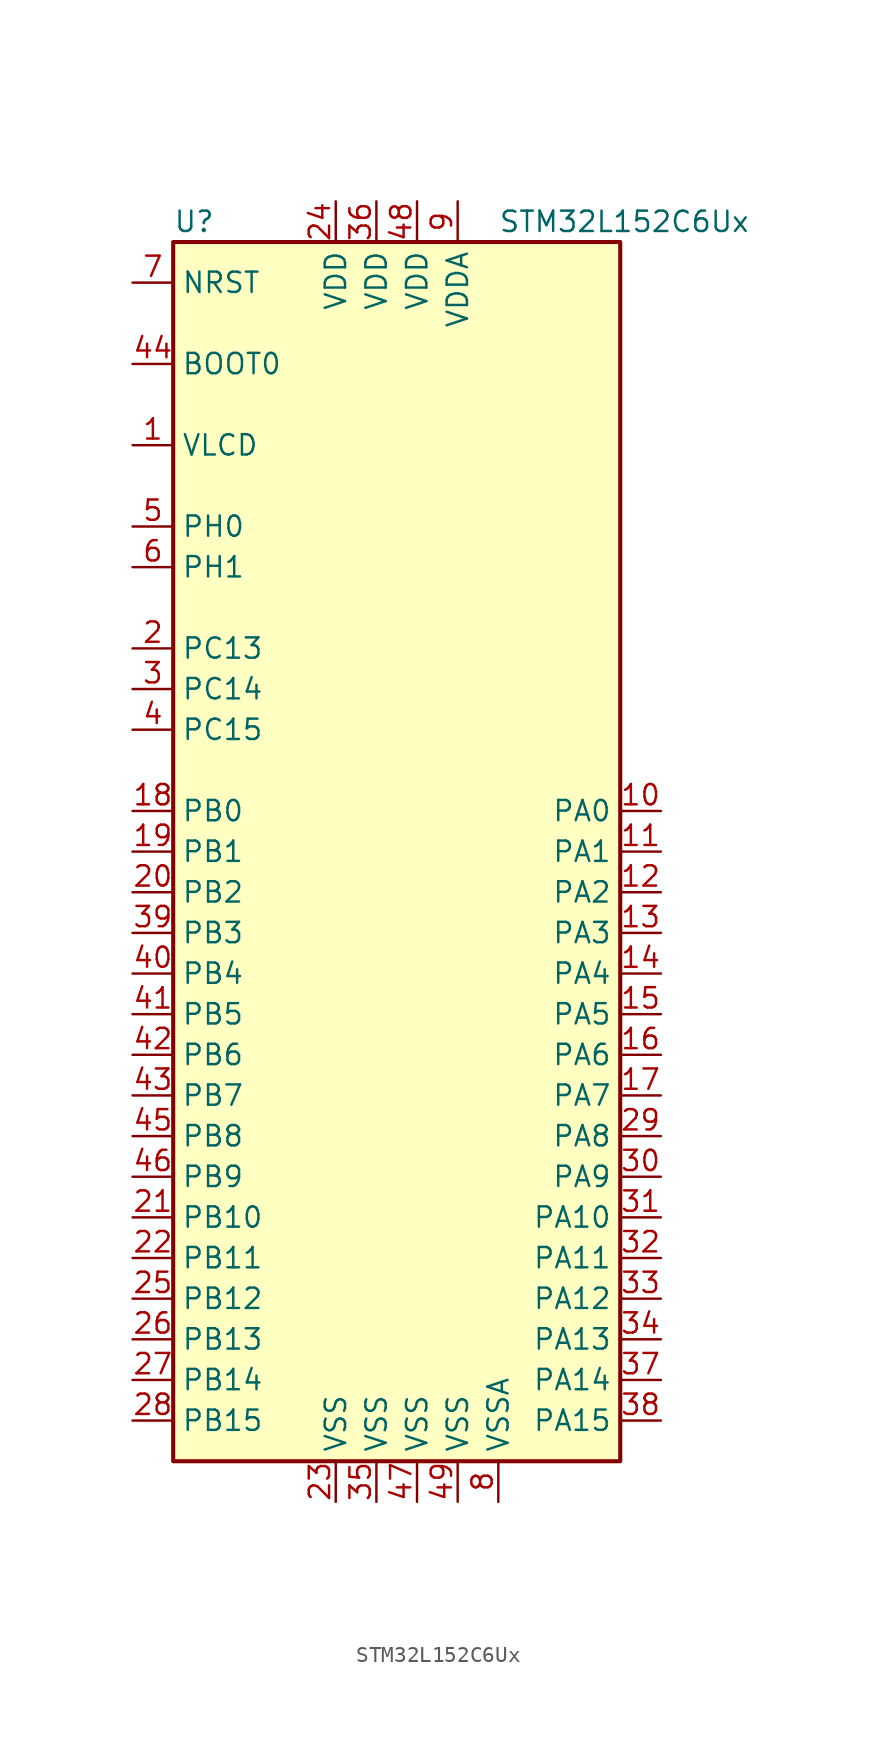
<source format=kicad_sym>
(kicad_symbol_lib
  (version 20201005)
  (generator kicad_symbol_editor)
  (symbol "STM32L152C6Ux"
    (property "Reference" "U"
      (at -15.24 39.37 0)
      (effects (font (size 1.27 1.27)) (justify left)))
    (property "Value" "STM32L152C6Ux"
      (at 5.08 39.37 0)
      (effects (font (size 1.27 1.27)) (justify left)))
    (symbol "STM32L152C6Ux_0_1"
      (rectangle (start -15.24 -38.1) (end 12.7 38.1) (stroke (width 0.254)) (fill (type background))))
    (symbol "STM32L152C6Ux_1_1"
      (pin power_in line (at -17.78 25.4 0) (length 2.54) (name "VLCD" (effects (font (size 1.27 1.27)))) (number "1" (effects (font (size 1.27 1.27)))))
      (pin bidirectional line (at 15.24 2.54 180) (length 2.54) (name "PA0" (effects (font (size 1.27 1.27)))) (number "10" (effects (font (size 1.27 1.27)))))
      (pin bidirectional line (at 15.24 0 180) (length 2.54) (name "PA1" (effects (font (size 1.27 1.27)))) (number "11" (effects (font (size 1.27 1.27)))))
      (pin bidirectional line (at 15.24 -2.54 180) (length 2.54) (name "PA2" (effects (font (size 1.27 1.27)))) (number "12" (effects (font (size 1.27 1.27)))))
      (pin bidirectional line (at 15.24 -5.08 180) (length 2.54) (name "PA3" (effects (font (size 1.27 1.27)))) (number "13" (effects (font (size 1.27 1.27)))))
      (pin bidirectional line (at 15.24 -7.62 180) (length 2.54) (name "PA4" (effects (font (size 1.27 1.27)))) (number "14" (effects (font (size 1.27 1.27)))))
      (pin bidirectional line (at 15.24 -10.16 180) (length 2.54) (name "PA5" (effects (font (size 1.27 1.27)))) (number "15" (effects (font (size 1.27 1.27)))))
      (pin bidirectional line (at 15.24 -12.7 180) (length 2.54) (name "PA6" (effects (font (size 1.27 1.27)))) (number "16" (effects (font (size 1.27 1.27)))))
      (pin bidirectional line (at 15.24 -15.24 180) (length 2.54) (name "PA7" (effects (font (size 1.27 1.27)))) (number "17" (effects (font (size 1.27 1.27)))))
      (pin bidirectional line (at -17.78 2.54 0) (length 2.54) (name "PB0" (effects (font (size 1.27 1.27)))) (number "18" (effects (font (size 1.27 1.27)))))
      (pin bidirectional line (at -17.78 0 0) (length 2.54) (name "PB1" (effects (font (size 1.27 1.27)))) (number "19" (effects (font (size 1.27 1.27)))))
      (pin bidirectional line (at -17.78 12.7 0) (length 2.54) (name "PC13" (effects (font (size 1.27 1.27)))) (number "2" (effects (font (size 1.27 1.27)))))
      (pin bidirectional line (at -17.78 -2.54 0) (length 2.54) (name "PB2" (effects (font (size 1.27 1.27)))) (number "20" (effects (font (size 1.27 1.27)))))
      (pin bidirectional line (at -17.78 -22.86 0) (length 2.54) (name "PB10" (effects (font (size 1.27 1.27)))) (number "21" (effects (font (size 1.27 1.27)))))
      (pin bidirectional line (at -17.78 -25.4 0) (length 2.54) (name "PB11" (effects (font (size 1.27 1.27)))) (number "22" (effects (font (size 1.27 1.27)))))
      (pin power_in line (at -5.08 -40.64 90) (length 2.54) (name "VSS" (effects (font (size 1.27 1.27)))) (number "23" (effects (font (size 1.27 1.27)))))
      (pin power_in line (at -5.08 40.64 270) (length 2.54) (name "VDD" (effects (font (size 1.27 1.27)))) (number "24" (effects (font (size 1.27 1.27)))))
      (pin bidirectional line (at -17.78 -27.94 0) (length 2.54) (name "PB12" (effects (font (size 1.27 1.27)))) (number "25" (effects (font (size 1.27 1.27)))))
      (pin bidirectional line (at -17.78 -30.48 0) (length 2.54) (name "PB13" (effects (font (size 1.27 1.27)))) (number "26" (effects (font (size 1.27 1.27)))))
      (pin bidirectional line (at -17.78 -33.02 0) (length 2.54) (name "PB14" (effects (font (size 1.27 1.27)))) (number "27" (effects (font (size 1.27 1.27)))))
      (pin bidirectional line (at -17.78 -35.56 0) (length 2.54) (name "PB15" (effects (font (size 1.27 1.27)))) (number "28" (effects (font (size 1.27 1.27)))))
      (pin bidirectional line (at 15.24 -17.78 180) (length 2.54) (name "PA8" (effects (font (size 1.27 1.27)))) (number "29" (effects (font (size 1.27 1.27)))))
      (pin bidirectional line (at -17.78 10.16 0) (length 2.54) (name "PC14" (effects (font (size 1.27 1.27)))) (number "3" (effects (font (size 1.27 1.27)))))
      (pin bidirectional line (at 15.24 -20.32 180) (length 2.54) (name "PA9" (effects (font (size 1.27 1.27)))) (number "30" (effects (font (size 1.27 1.27)))))
      (pin bidirectional line (at 15.24 -22.86 180) (length 2.54) (name "PA10" (effects (font (size 1.27 1.27)))) (number "31" (effects (font (size 1.27 1.27)))))
      (pin bidirectional line (at 15.24 -25.4 180) (length 2.54) (name "PA11" (effects (font (size 1.27 1.27)))) (number "32" (effects (font (size 1.27 1.27)))))
      (pin bidirectional line (at 15.24 -27.94 180) (length 2.54) (name "PA12" (effects (font (size 1.27 1.27)))) (number "33" (effects (font (size 1.27 1.27)))))
      (pin bidirectional line (at 15.24 -30.48 180) (length 2.54) (name "PA13" (effects (font (size 1.27 1.27)))) (number "34" (effects (font (size 1.27 1.27)))))
      (pin power_in line (at -2.54 -40.64 90) (length 2.54) (name "VSS" (effects (font (size 1.27 1.27)))) (number "35" (effects (font (size 1.27 1.27)))))
      (pin power_in line (at -2.54 40.64 270) (length 2.54) (name "VDD" (effects (font (size 1.27 1.27)))) (number "36" (effects (font (size 1.27 1.27)))))
      (pin bidirectional line (at 15.24 -33.02 180) (length 2.54) (name "PA14" (effects (font (size 1.27 1.27)))) (number "37" (effects (font (size 1.27 1.27)))))
      (pin bidirectional line (at 15.24 -35.56 180) (length 2.54) (name "PA15" (effects (font (size 1.27 1.27)))) (number "38" (effects (font (size 1.27 1.27)))))
      (pin bidirectional line (at -17.78 -5.08 0) (length 2.54) (name "PB3" (effects (font (size 1.27 1.27)))) (number "39" (effects (font (size 1.27 1.27)))))
      (pin bidirectional line (at -17.78 7.62 0) (length 2.54) (name "PC15" (effects (font (size 1.27 1.27)))) (number "4" (effects (font (size 1.27 1.27)))))
      (pin bidirectional line (at -17.78 -7.62 0) (length 2.54) (name "PB4" (effects (font (size 1.27 1.27)))) (number "40" (effects (font (size 1.27 1.27)))))
      (pin bidirectional line (at -17.78 -10.16 0) (length 2.54) (name "PB5" (effects (font (size 1.27 1.27)))) (number "41" (effects (font (size 1.27 1.27)))))
      (pin bidirectional line (at -17.78 -12.7 0) (length 2.54) (name "PB6" (effects (font (size 1.27 1.27)))) (number "42" (effects (font (size 1.27 1.27)))))
      (pin bidirectional line (at -17.78 -15.24 0) (length 2.54) (name "PB7" (effects (font (size 1.27 1.27)))) (number "43" (effects (font (size 1.27 1.27)))))
      (pin input line (at -17.78 30.48 0) (length 2.54) (name "BOOT0" (effects (font (size 1.27 1.27)))) (number "44" (effects (font (size 1.27 1.27)))))
      (pin bidirectional line (at -17.78 -17.78 0) (length 2.54) (name "PB8" (effects (font (size 1.27 1.27)))) (number "45" (effects (font (size 1.27 1.27)))))
      (pin bidirectional line (at -17.78 -20.32 0) (length 2.54) (name "PB9" (effects (font (size 1.27 1.27)))) (number "46" (effects (font (size 1.27 1.27)))))
      (pin power_in line (at 0 -40.64 90) (length 2.54) (name "VSS" (effects (font (size 1.27 1.27)))) (number "47" (effects (font (size 1.27 1.27)))))
      (pin power_in line (at 0 40.64 270) (length 2.54) (name "VDD" (effects (font (size 1.27 1.27)))) (number "48" (effects (font (size 1.27 1.27)))))
      (pin power_in line (at 2.54 -40.64 90) (length 2.54) (name "VSS" (effects (font (size 1.27 1.27)))) (number "49" (effects (font (size 1.27 1.27)))))
      (pin input line (at -17.78 20.32 0) (length 2.54) (name "PH0" (effects (font (size 1.27 1.27)))) (number "5" (effects (font (size 1.27 1.27)))))
      (pin input line (at -17.78 17.78 0) (length 2.54) (name "PH1" (effects (font (size 1.27 1.27)))) (number "6" (effects (font (size 1.27 1.27)))))
      (pin input line (at -17.78 35.56 0) (length 2.54) (name "NRST" (effects (font (size 1.27 1.27)))) (number "7" (effects (font (size 1.27 1.27)))))
      (pin power_in line (at 5.08 -40.64 90) (length 2.54) (name "VSSA" (effects (font (size 1.27 1.27)))) (number "8" (effects (font (size 1.27 1.27)))))
      (pin power_in line (at 2.54 40.64 270) (length 2.54) (name "VDDA" (effects (font (size 1.27 1.27)))) (number "9" (effects (font (size 1.27 1.27))))))))
</source>
